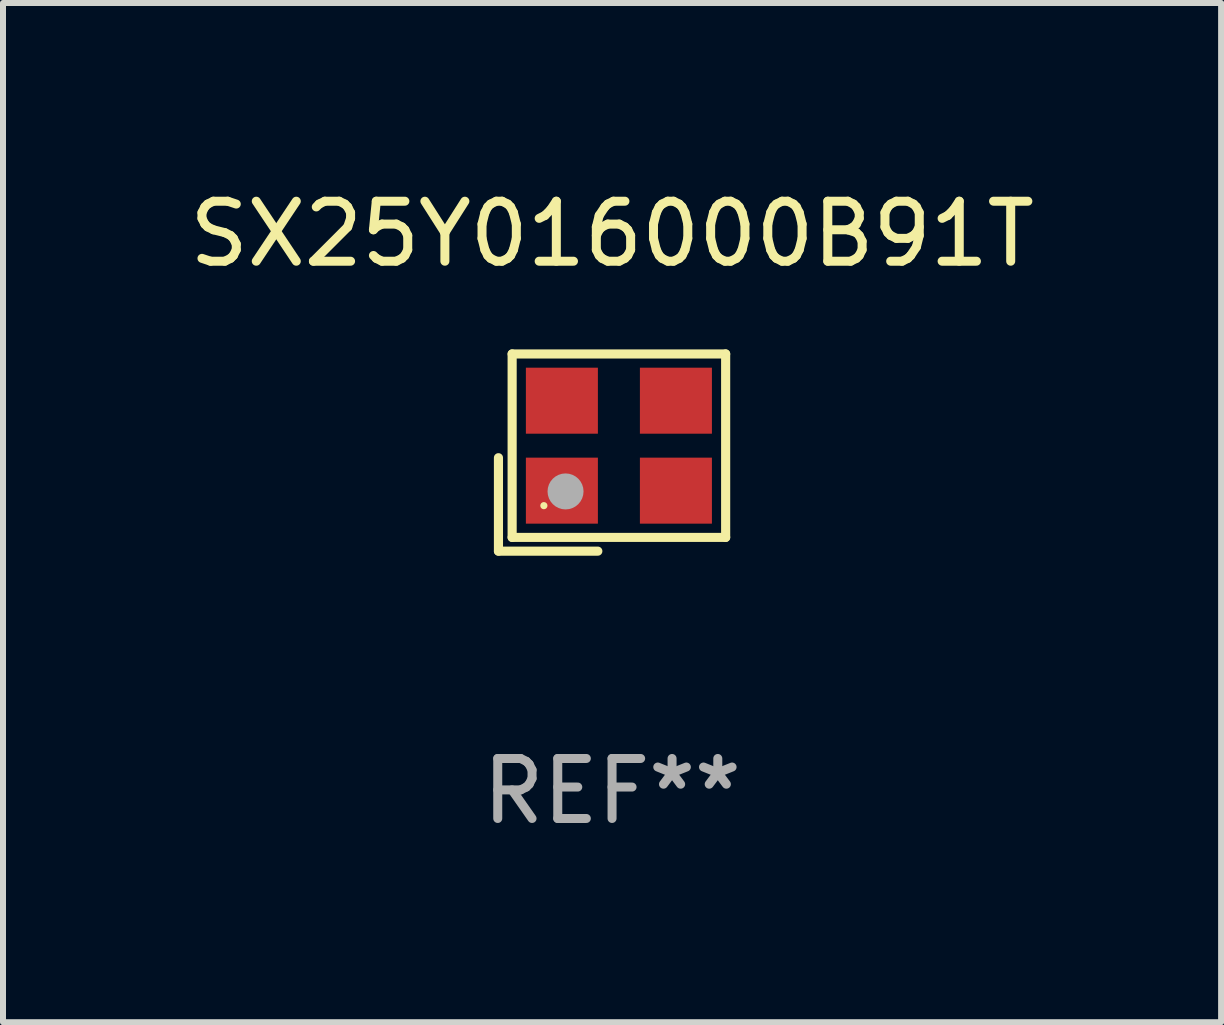
<source format=kicad_pcb>
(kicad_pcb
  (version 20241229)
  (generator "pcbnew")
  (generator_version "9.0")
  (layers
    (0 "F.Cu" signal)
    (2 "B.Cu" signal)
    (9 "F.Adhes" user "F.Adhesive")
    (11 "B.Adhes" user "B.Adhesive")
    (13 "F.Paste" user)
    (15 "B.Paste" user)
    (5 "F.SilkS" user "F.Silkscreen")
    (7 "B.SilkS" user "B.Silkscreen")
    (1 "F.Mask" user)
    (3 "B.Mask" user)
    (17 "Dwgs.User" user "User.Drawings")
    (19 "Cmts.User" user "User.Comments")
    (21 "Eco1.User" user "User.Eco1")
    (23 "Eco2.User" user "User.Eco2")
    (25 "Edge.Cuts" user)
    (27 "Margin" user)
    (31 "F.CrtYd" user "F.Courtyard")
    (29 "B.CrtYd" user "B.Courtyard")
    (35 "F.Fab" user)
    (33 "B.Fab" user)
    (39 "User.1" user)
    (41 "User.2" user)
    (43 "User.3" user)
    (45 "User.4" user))
  (footprint "SX25Y016000B91T"
    (layer "F.Cu")
    (at 7.149 4.491)
    (property "Reference" "SX25Y016000B91T" (at 0 -3.643 0) (layer "F.SilkS") (effects (font (size 1 1) (thickness 0.15))))
    (attr through_hole)
    (fp_line (start -1.893 0.086) (end -1.893 1.643) (stroke (width 0.152) (type solid)) (layer "F.SilkS"))
    (fp_line (start -1.893 1.643) (end -0.237 1.643) (stroke (width 0.152) (type solid)) (layer "F.SilkS"))
    (fp_line (start -1.665 -1.643) (end 1.893 -1.643) (stroke (width 0.152) (type solid)) (layer "F.SilkS"))
    (fp_line (start -1.665 1.414) (end -1.665 -1.643) (stroke (width 0.152) (type solid)) (layer "F.SilkS"))
    (fp_line (start 1.893 -1.643) (end 1.893 1.414) (stroke (width 0.152) (type solid)) (layer "F.SilkS"))
    (fp_line (start 1.893 1.414) (end -1.665 1.414) (stroke (width 0.152) (type solid)) (layer "F.SilkS"))
    (fp_circle (center -1.136 0.885) (end -1.106 0.885) (stroke (width 0.06) (type solid)) (fill no) (layer "F.SilkS"))
    (fp_circle (center -0.775 0.648) (end -0.625 0.648) (stroke (width 0.3) (type solid)) (fill no) (layer "F.Fab"))
    (fp_text user "REF**" (at 0 5.643 0) (layer "F.Fab") (effects (font (size 1 1) (thickness 0.15))))
    (pad "1" smd rect (at -0.836 0.635) (size 1.2 1.1) (layers "F.Cu" "F.Mask" "F.Paste"))
    (pad "2" smd rect (at 1.064 0.635) (size 1.2 1.1) (layers "F.Cu" "F.Mask" "F.Paste"))
    (pad "3" smd rect (at 1.064 -0.864) (size 1.2 1.1) (layers "F.Cu" "F.Mask" "F.Paste"))
    (pad "4" smd rect (at -0.836 -0.864) (size 1.2 1.1) (layers "F.Cu" "F.Mask" "F.Paste")))
  (gr_rect
    (start -3 -3)
    (end 17.298 13.983)
    (stroke (width 0.1) (type default))
    (fill no)
    (layer "Edge.Cuts")))
</source>
